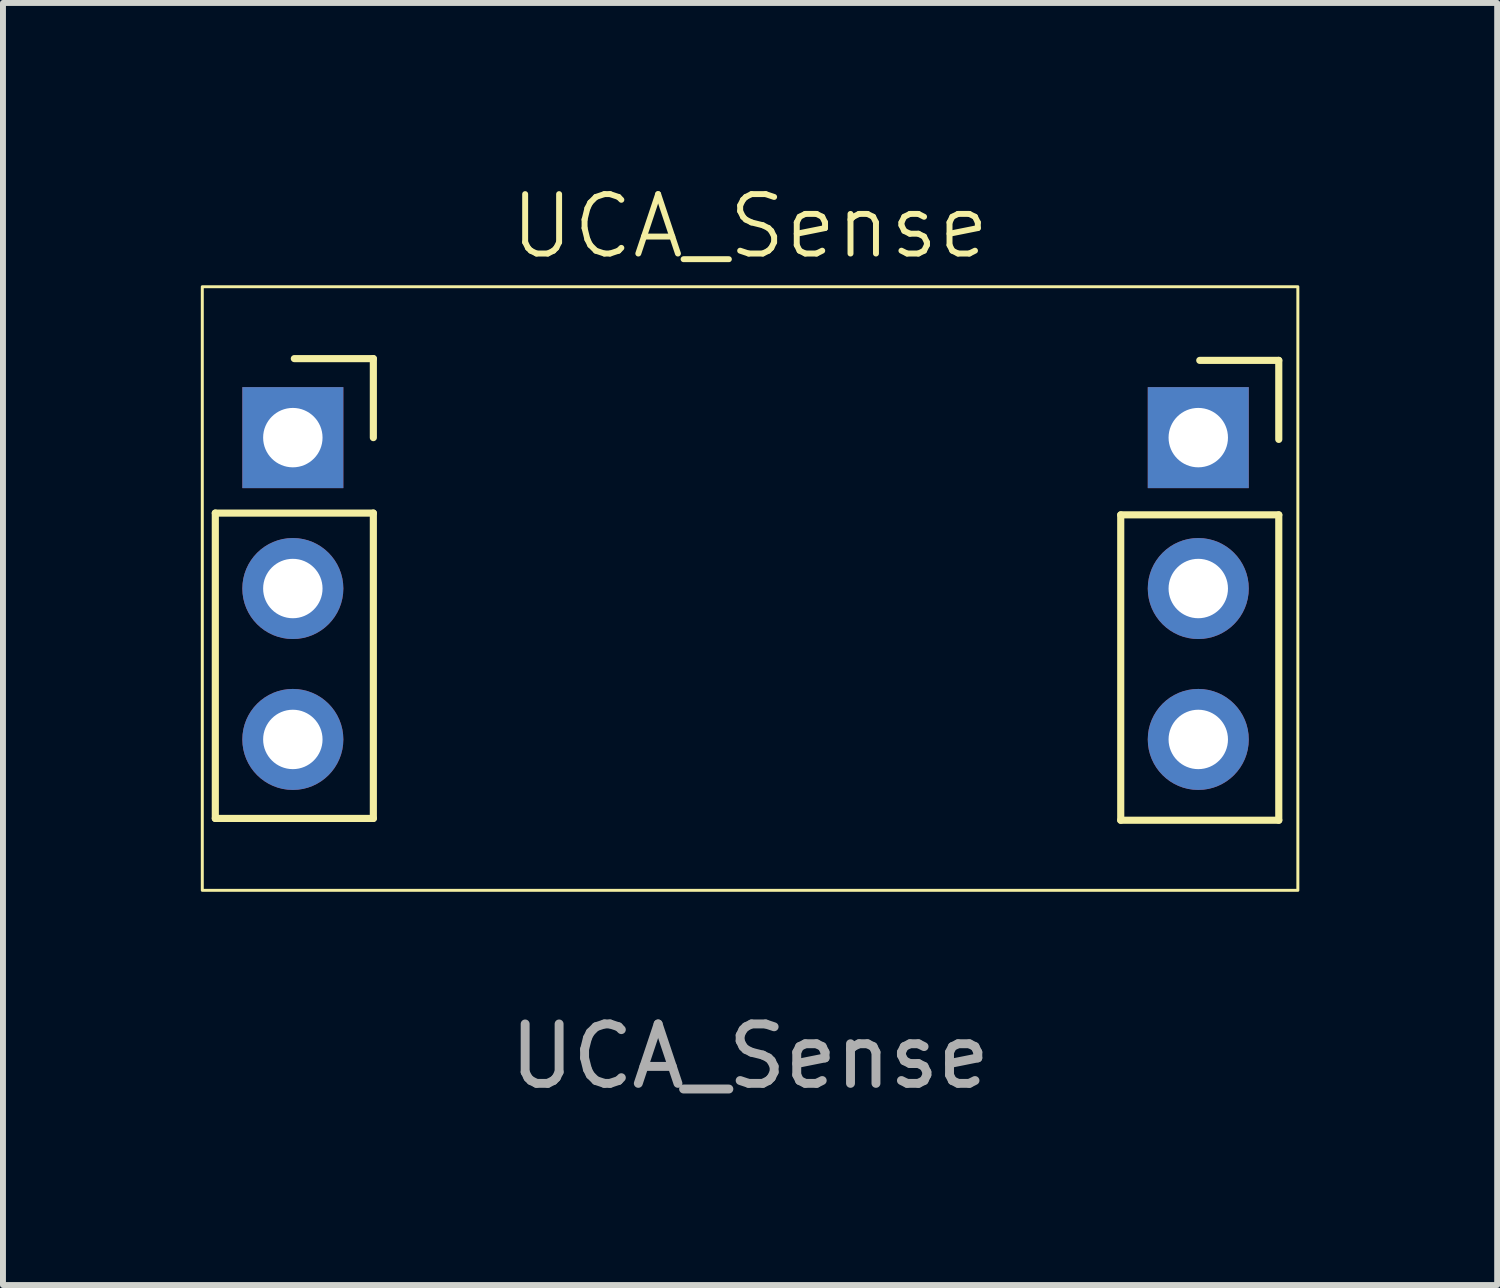
<source format=kicad_pcb>
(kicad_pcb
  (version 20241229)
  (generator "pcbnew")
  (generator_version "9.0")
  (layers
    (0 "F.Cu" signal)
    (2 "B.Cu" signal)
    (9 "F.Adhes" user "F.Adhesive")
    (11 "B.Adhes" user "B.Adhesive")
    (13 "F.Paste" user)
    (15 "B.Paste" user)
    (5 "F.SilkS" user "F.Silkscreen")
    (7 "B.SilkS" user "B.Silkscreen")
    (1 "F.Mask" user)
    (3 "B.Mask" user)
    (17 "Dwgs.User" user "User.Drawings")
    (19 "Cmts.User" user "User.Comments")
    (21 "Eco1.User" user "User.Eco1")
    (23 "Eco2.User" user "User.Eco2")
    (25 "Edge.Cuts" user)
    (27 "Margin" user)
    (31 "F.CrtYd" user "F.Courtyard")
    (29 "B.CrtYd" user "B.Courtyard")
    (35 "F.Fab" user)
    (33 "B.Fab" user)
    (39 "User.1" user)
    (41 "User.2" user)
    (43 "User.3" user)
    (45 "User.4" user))
  (footprint "UCA_Sense"
    (layer "F.Cu")
    (at 9.575 6.856)
    (property "Reference" "UCA_Sense" (at 0 -6.096 0) (unlocked yes) (layer "F.SilkS") (effects (font (size 1 1) (thickness 0.1))))
    (attr through_hole)
    (fp_line (start -9.001 -1.27) (end -9.001 3.87) (stroke (width 0.12) (type solid)) (layer "F.SilkS"))
    (fp_line (start -9.001 -1.27) (end -6.341 -1.27) (stroke (width 0.12) (type solid)) (layer "F.SilkS"))
    (fp_line (start -9.001 3.87) (end -6.341 3.87) (stroke (width 0.12) (type solid)) (layer "F.SilkS"))
    (fp_line (start -7.671 -3.87) (end -6.341 -3.87) (stroke (width 0.12) (type solid)) (layer "F.SilkS"))
    (fp_line (start -6.341 -3.87) (end -6.341 -2.54) (stroke (width 0.12) (type solid)) (layer "F.SilkS"))
    (fp_line (start -6.341 -1.27) (end -6.341 3.87) (stroke (width 0.12) (type solid)) (layer "F.SilkS"))
    (fp_line (start 6.239 -1.24) (end 6.239 3.9) (stroke (width 0.12) (type solid)) (layer "F.SilkS"))
    (fp_line (start 6.239 -1.24) (end 8.899 -1.24) (stroke (width 0.12) (type solid)) (layer "F.SilkS"))
    (fp_line (start 6.239 3.9) (end 8.899 3.9) (stroke (width 0.12) (type solid)) (layer "F.SilkS"))
    (fp_line (start 7.569 -3.84) (end 8.899 -3.84) (stroke (width 0.12) (type solid)) (layer "F.SilkS"))
    (fp_line (start 8.899 -3.84) (end 8.899 -2.51) (stroke (width 0.12) (type solid)) (layer "F.SilkS"))
    (fp_line (start 8.899 -1.24) (end 8.899 3.9) (stroke (width 0.12) (type solid)) (layer "F.SilkS"))
    (fp_rect (start -9.22 -5.08) (end 9.22 5.08) (stroke (width 0.05) (type default)) (fill no) (layer "F.SilkS"))
    (fp_rect (start -9.525 -5.334) (end 9.525 5.334) (stroke (width 0.1) (type default)) (fill no) (layer "Margin"))
    (fp_text user "${REFERENCE}" (at 0 7.874 0) (unlocked yes) (layer "F.Fab") (effects (font (size 1 1) (thickness 0.15))))
    (pad "1" thru_hole rect (at -7.696 -2.54) (size 1.7 1.7) (drill 1) (layers "*.Cu" "*.Mask"))
    (pad "2" thru_hole oval (at -7.696 0) (size 1.7 1.7) (drill 1) (layers "*.Cu" "*.Mask"))
    (pad "3" thru_hole oval (at -7.696 2.54) (size 1.7 1.7) (drill 1) (layers "*.Cu" "*.Mask"))
    (pad "4" thru_hole oval (at 7.544 2.54) (size 1.7 1.7) (drill 1) (layers "*.Cu" "*.Mask"))
    (pad "5" thru_hole oval (at 7.544 0) (size 1.7 1.7) (drill 1) (layers "*.Cu" "*.Mask"))
    (pad "6" thru_hole rect (at 7.544 -2.54) (size 1.7 1.7) (drill 1) (layers "*.Cu" "*.Mask")))
  (gr_rect
    (start -3 -3)
    (end 22.15 18.579)
    (stroke (width 0.1) (type default))
    (fill no)
    (layer "Edge.Cuts")))
</source>
